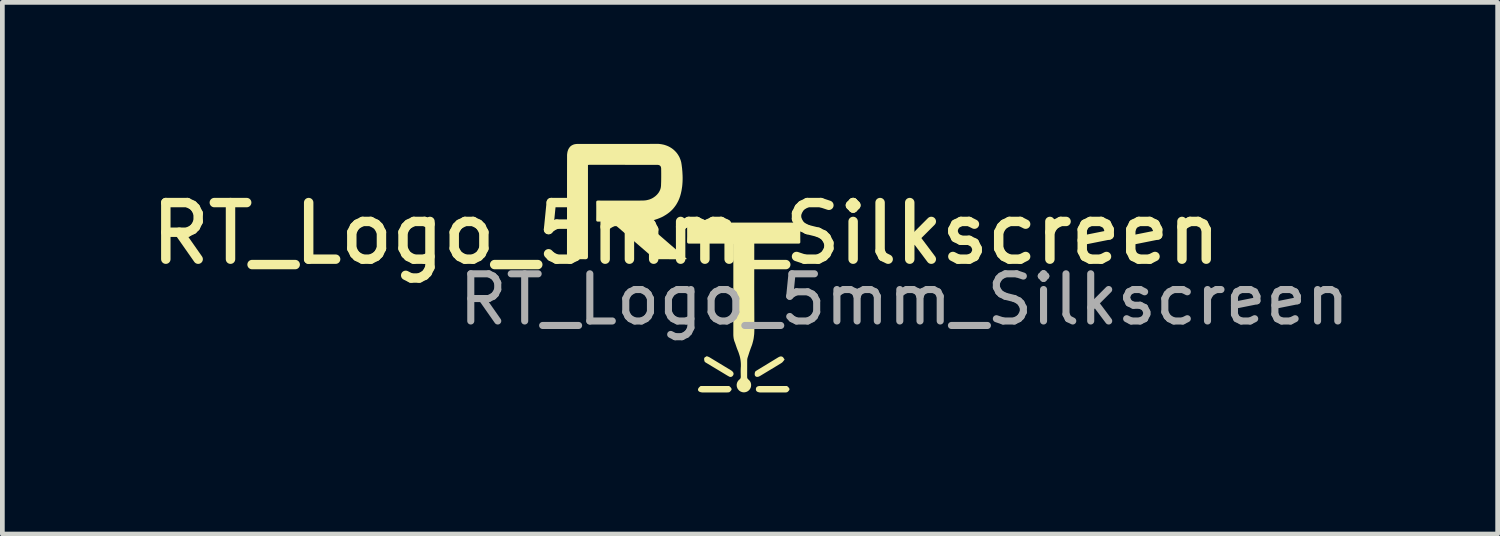
<source format=kicad_pcb>
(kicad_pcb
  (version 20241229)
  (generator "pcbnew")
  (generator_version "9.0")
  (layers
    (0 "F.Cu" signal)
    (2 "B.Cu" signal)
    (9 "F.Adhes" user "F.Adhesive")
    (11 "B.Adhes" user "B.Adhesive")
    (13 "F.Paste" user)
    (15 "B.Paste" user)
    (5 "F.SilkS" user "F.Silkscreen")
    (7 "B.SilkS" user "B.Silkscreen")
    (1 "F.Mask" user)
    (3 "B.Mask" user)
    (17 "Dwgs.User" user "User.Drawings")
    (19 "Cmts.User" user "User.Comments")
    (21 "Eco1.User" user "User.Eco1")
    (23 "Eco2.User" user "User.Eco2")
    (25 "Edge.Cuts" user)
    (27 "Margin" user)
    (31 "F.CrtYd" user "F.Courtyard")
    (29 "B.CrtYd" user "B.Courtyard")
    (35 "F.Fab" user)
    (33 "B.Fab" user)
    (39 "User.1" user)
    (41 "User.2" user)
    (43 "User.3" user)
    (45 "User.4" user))
  (footprint "RT_Logo_5mm_Silkscreen"
    (layer "F.Cu")
    (at 11.494 2.5)
    (property "Reference" "RT_Logo_5mm_Silkscreen" (at 0 -0.6 0) (unlocked yes) (layer "F.SilkS") (effects (font (size 1.2 1.2) (thickness 0.2))))
    (attr smd)
    (fp_poly (pts (xy 0.441 2.001) (xy 0.441 2.001) (xy 0.441 2.001)) (stroke (width 0) (type solid)) (fill yes) (layer "F.SilkS"))
    (fp_poly (pts (xy 2.015 2.006) (xy 2.018 2.007) (xy 2.021 2.007) (xy 2.024 2.007) (xy 2.027 2.008) (xy 2.03 2.009) (xy 2.033 2.01) (xy 2.036 2.011) (xy 2.039 2.012) (xy 2.042 2.013) (xy 2.044 2.015) (xy 2.047 2.017) (xy 2.049 2.018) (xy 2.05 2.019) (xy 2.052 2.02) (xy 2.053 2.021) (xy 2.056 2.024) (xy 2.058 2.026) (xy 2.061 2.029) (xy 2.063 2.033) (xy 2.066 2.036) (xy 2.068 2.04) (xy 2.073 2.047) (xy 2.079 2.055) (xy 2.084 2.064) (xy 2.087 2.069) (xy 2.091 2.073) (xy 2.09 2.073) (xy 2.086 2.078) (xy 2.082 2.083) (xy 2.074 2.093) (xy 2.059 2.112) (xy 2.055 2.117) (xy 2.051 2.121) (xy 2.047 2.125) (xy 2.044 2.129) (xy 2.04 2.133) (xy 2.035 2.137) (xy 2.031 2.14) (xy 2.027 2.143) (xy 1.915 2.212) (xy 1.802 2.28) (xy 1.577 2.416) (xy 1.572 2.419) (xy 1.566 2.422) (xy 1.561 2.425) (xy 1.555 2.428) (xy 1.55 2.43) (xy 1.544 2.433) (xy 1.542 2.434) (xy 1.539 2.435) (xy 1.536 2.436) (xy 1.533 2.437) (xy 1.527 2.438) (xy 1.521 2.439) (xy 1.516 2.44) (xy 1.51 2.44) (xy 1.505 2.44) (xy 1.499 2.439) (xy 1.494 2.438) (xy 1.489 2.437) (xy 1.487 2.436) (xy 1.484 2.435) (xy 1.482 2.433) (xy 1.48 2.432) (xy 1.478 2.431) (xy 1.476 2.429) (xy 1.474 2.428) (xy 1.472 2.426) (xy 1.47 2.424) (xy 1.468 2.422) (xy 1.467 2.42) (xy 1.465 2.418) (xy 1.464 2.416) (xy 1.462 2.413) (xy 1.461 2.411) (xy 1.46 2.408) (xy 1.459 2.404) (xy 1.458 2.4) (xy 1.457 2.396) (xy 1.456 2.391) (xy 1.456 2.387) (xy 1.456 2.382) (xy 1.456 2.378) (xy 1.456 2.373) (xy 1.457 2.368) (xy 1.457 2.364) (xy 1.458 2.359) (xy 1.459 2.354) (xy 1.46 2.35) (xy 1.461 2.345) (xy 1.463 2.337) (xy 1.464 2.335) (xy 1.464 2.334) (xy 1.465 2.333) (xy 1.465 2.332) (xy 1.466 2.331) (xy 1.467 2.329) (xy 1.468 2.328) (xy 1.469 2.327) (xy 1.47 2.326) (xy 1.47 2.325) (xy 1.473 2.323) (xy 1.475 2.321) (xy 1.477 2.319) (xy 1.48 2.317) (xy 1.482 2.315) (xy 1.485 2.313) (xy 1.488 2.311) (xy 1.493 2.308) (xy 1.499 2.304) (xy 1.955 2.026) (xy 1.961 2.023) (xy 1.966 2.02) (xy 1.972 2.017) (xy 1.978 2.015) (xy 1.983 2.012) (xy 1.989 2.01) (xy 1.995 2.009) (xy 2.001 2.007) (xy 2.006 2.007) (xy 2.009 2.006) (xy 2.012 2.006)) (stroke (width 0) (type solid)) (fill yes) (layer "F.SilkS"))
    (fp_poly (pts (xy 0.45 2.005) (xy 0.459 2.008) (xy 0.474 2.014) (xy 0.482 2.017) (xy 0.488 2.02) (xy 0.495 2.023) (xy 0.498 2.025) (xy 0.501 2.027) (xy 0.729 2.165) (xy 0.958 2.304) (xy 0.961 2.306) (xy 0.964 2.308) (xy 0.968 2.311) (xy 0.971 2.313) (xy 0.974 2.316) (xy 0.977 2.319) (xy 0.98 2.321) (xy 0.983 2.324) (xy 0.988 2.329) (xy 0.992 2.334) (xy 0.996 2.339) (xy 0.997 2.341) (xy 0.999 2.344) (xy 1 2.346) (xy 1.002 2.349) (xy 1.003 2.351) (xy 1.004 2.354) (xy 1.005 2.357) (xy 1.006 2.359) (xy 1.006 2.362) (xy 1.007 2.365) (xy 1.007 2.367) (xy 1.008 2.37) (xy 1.008 2.373) (xy 1.008 2.375) (xy 1.008 2.378) (xy 1.007 2.381) (xy 1.007 2.384) (xy 1.007 2.387) (xy 1.006 2.389) (xy 1.005 2.392) (xy 1.004 2.395) (xy 1.003 2.398) (xy 1.002 2.401) (xy 1 2.403) (xy 0.999 2.406) (xy 0.997 2.409) (xy 0.995 2.412) (xy 0.993 2.415) (xy 0.991 2.417) (xy 0.989 2.42) (xy 0.987 2.422) (xy 0.984 2.425) (xy 0.982 2.427) (xy 0.98 2.429) (xy 0.977 2.43) (xy 0.975 2.432) (xy 0.972 2.434) (xy 0.97 2.435) (xy 0.967 2.436) (xy 0.965 2.438) (xy 0.962 2.439) (xy 0.959 2.439) (xy 0.956 2.44) (xy 0.953 2.441) (xy 0.951 2.441) (xy 0.948 2.441) (xy 0.945 2.441) (xy 0.942 2.441) (xy 0.939 2.441) (xy 0.936 2.441) (xy 0.933 2.44) (xy 0.93 2.44) (xy 0.927 2.439) (xy 0.924 2.438) (xy 0.921 2.437) (xy 0.918 2.435) (xy 0.915 2.434) (xy 0.911 2.432) (xy 0.884 2.417) (xy 0.857 2.401) (xy 0.804 2.369) (xy 0.698 2.305) (xy 0.563 2.224) (xy 0.429 2.143) (xy 0.423 2.14) (xy 0.418 2.136) (xy 0.415 2.134) (xy 0.412 2.133) (xy 0.41 2.131) (xy 0.407 2.129) (xy 0.405 2.127) (xy 0.403 2.125) (xy 0.4 2.123) (xy 0.398 2.12) (xy 0.397 2.118) (xy 0.395 2.116) (xy 0.395 2.115) (xy 0.394 2.113) (xy 0.393 2.112) (xy 0.393 2.111) (xy 0.39 2.102) (xy 0.388 2.093) (xy 0.387 2.088) (xy 0.386 2.084) (xy 0.385 2.079) (xy 0.385 2.074) (xy 0.384 2.069) (xy 0.384 2.065) (xy 0.384 2.06) (xy 0.384 2.056) (xy 0.385 2.051) (xy 0.385 2.047) (xy 0.386 2.043) (xy 0.388 2.039) (xy 0.389 2.038) (xy 0.389 2.036) (xy 0.39 2.035) (xy 0.392 2.033) (xy 0.393 2.032) (xy 0.394 2.03) (xy 0.395 2.029) (xy 0.397 2.028) (xy 0.4 2.025) (xy 0.403 2.023) (xy 0.407 2.02) (xy 0.411 2.018) (xy 0.415 2.016) (xy 0.419 2.014) (xy 0.426 2.009) (xy 0.434 2.005) (xy 0.438 2.003) (xy 0.441 2.001)) (stroke (width 0) (type solid)) (fill yes) (layer "F.SilkS"))
    (fp_poly (pts (xy 0.899 2.633) (xy 0.902 2.633) (xy 0.905 2.633) (xy 0.908 2.634) (xy 0.911 2.634) (xy 0.913 2.635) (xy 0.916 2.635) (xy 0.918 2.636) (xy 0.919 2.637) (xy 0.92 2.638) (xy 0.921 2.638) (xy 0.922 2.639) (xy 0.929 2.646) (xy 0.936 2.653) (xy 0.94 2.656) (xy 0.944 2.66) (xy 0.947 2.664) (xy 0.95 2.668) (xy 0.953 2.672) (xy 0.956 2.676) (xy 0.959 2.68) (xy 0.961 2.684) (xy 0.962 2.686) (xy 0.963 2.688) (xy 0.964 2.69) (xy 0.964 2.692) (xy 0.965 2.694) (xy 0.965 2.696) (xy 0.966 2.698) (xy 0.966 2.7) (xy 0.966 2.702) (xy 0.966 2.703) (xy 0.966 2.705) (xy 0.965 2.707) (xy 0.965 2.709) (xy 0.964 2.711) (xy 0.964 2.713) (xy 0.963 2.715) (xy 0.961 2.719) (xy 0.959 2.723) (xy 0.956 2.727) (xy 0.953 2.73) (xy 0.95 2.734) (xy 0.947 2.738) (xy 0.944 2.742) (xy 0.94 2.746) (xy 0.937 2.749) (xy 0.933 2.752) (xy 0.93 2.756) (xy 0.927 2.759) (xy 0.925 2.76) (xy 0.924 2.76) (xy 0.923 2.761) (xy 0.922 2.762) (xy 0.919 2.763) (xy 0.916 2.765) (xy 0.913 2.766) (xy 0.91 2.766) (xy 0.907 2.767) (xy 0.903 2.768) (xy 0.9 2.768) (xy 0.896 2.769) (xy 0.893 2.769) (xy 0.889 2.769) (xy 0.882 2.769) (xy 0.876 2.77) (xy 0.809 2.77) (xy 0.743 2.77) (xy 0.61 2.77) (xy 0.61 2.77) (xy 0.479 2.77) (xy 0.414 2.77) (xy 0.348 2.77) (xy 0.345 2.77) (xy 0.341 2.77) (xy 0.338 2.769) (xy 0.335 2.769) (xy 0.332 2.769) (xy 0.328 2.768) (xy 0.322 2.767) (xy 0.315 2.766) (xy 0.309 2.764) (xy 0.303 2.762) (xy 0.296 2.76) (xy 0.291 2.758) (xy 0.286 2.756) (xy 0.281 2.753) (xy 0.279 2.752) (xy 0.277 2.75) (xy 0.275 2.749) (xy 0.272 2.747) (xy 0.27 2.745) (xy 0.269 2.744) (xy 0.267 2.742) (xy 0.265 2.74) (xy 0.264 2.738) (xy 0.262 2.736) (xy 0.261 2.734) (xy 0.259 2.732) (xy 0.258 2.73) (xy 0.257 2.728) (xy 0.256 2.725) (xy 0.256 2.723) (xy 0.255 2.721) (xy 0.254 2.718) (xy 0.254 2.716) (xy 0.254 2.713) (xy 0.254 2.711) (xy 0.254 2.708) (xy 0.254 2.706) (xy 0.254 2.703) (xy 0.255 2.701) (xy 0.256 2.698) (xy 0.257 2.694) (xy 0.259 2.69) (xy 0.261 2.685) (xy 0.263 2.681) (xy 0.266 2.677) (xy 0.268 2.673) (xy 0.271 2.67) (xy 0.274 2.666) (xy 0.278 2.662) (xy 0.281 2.659) (xy 0.284 2.655) (xy 0.288 2.652) (xy 0.295 2.645) (xy 0.303 2.639) (xy 0.303 2.638) (xy 0.304 2.637) (xy 0.305 2.637) (xy 0.306 2.636) (xy 0.308 2.636) (xy 0.309 2.635) (xy 0.311 2.634) (xy 0.314 2.634) (xy 0.317 2.633) (xy 0.319 2.633) (xy 0.322 2.633) (xy 0.325 2.633) (xy 0.328 2.633) (xy 0.334 2.633) (xy 0.34 2.633) (xy 0.346 2.633) (xy 0.878 2.633) (xy 0.89 2.633) (xy 0.896 2.633)) (stroke (width 0) (type solid)) (fill yes) (layer "F.SilkS"))
    (fp_poly (pts (xy 2.106 2.633) (xy 2.118 2.633) (xy 2.124 2.633) (xy 2.127 2.633) (xy 2.13 2.633) (xy 2.133 2.633) (xy 2.135 2.634) (xy 2.138 2.634) (xy 2.141 2.635) (xy 2.143 2.636) (xy 2.145 2.637) (xy 2.147 2.637) (xy 2.147 2.638) (xy 2.148 2.639) (xy 2.149 2.639) (xy 2.156 2.646) (xy 2.164 2.653) (xy 2.167 2.657) (xy 2.171 2.66) (xy 2.174 2.664) (xy 2.178 2.668) (xy 2.181 2.672) (xy 2.183 2.676) (xy 2.186 2.68) (xy 2.188 2.684) (xy 2.189 2.686) (xy 2.19 2.688) (xy 2.191 2.69) (xy 2.192 2.692) (xy 2.192 2.694) (xy 2.193 2.696) (xy 2.193 2.698) (xy 2.193 2.701) (xy 2.193 2.702) (xy 2.193 2.704) (xy 2.193 2.706) (xy 2.192 2.708) (xy 2.192 2.71) (xy 2.191 2.712) (xy 2.191 2.714) (xy 2.19 2.716) (xy 2.188 2.719) (xy 2.186 2.723) (xy 2.183 2.727) (xy 2.18 2.731) (xy 2.177 2.735) (xy 2.174 2.739) (xy 2.171 2.743) (xy 2.167 2.746) (xy 2.164 2.75) (xy 2.16 2.753) (xy 2.157 2.756) (xy 2.153 2.759) (xy 2.152 2.76) (xy 2.151 2.761) (xy 2.15 2.762) (xy 2.148 2.762) (xy 2.146 2.764) (xy 2.143 2.765) (xy 2.14 2.766) (xy 2.137 2.767) (xy 2.133 2.767) (xy 2.13 2.768) (xy 2.127 2.769) (xy 2.123 2.769) (xy 2.12 2.769) (xy 2.116 2.77) (xy 2.109 2.77) (xy 2.102 2.77) (xy 1.839 2.77) (xy 1.574 2.77) (xy 1.571 2.77) (xy 1.568 2.77) (xy 1.565 2.77) (xy 1.562 2.769) (xy 1.559 2.769) (xy 1.556 2.769) (xy 1.55 2.768) (xy 1.544 2.766) (xy 1.538 2.765) (xy 1.532 2.763) (xy 1.527 2.762) (xy 1.524 2.761) (xy 1.521 2.76) (xy 1.518 2.758) (xy 1.516 2.757) (xy 1.513 2.756) (xy 1.511 2.755) (xy 1.508 2.753) (xy 1.506 2.752) (xy 1.504 2.75) (xy 1.502 2.749) (xy 1.5 2.747) (xy 1.498 2.745) (xy 1.496 2.744) (xy 1.495 2.742) (xy 1.493 2.74) (xy 1.492 2.738) (xy 1.49 2.736) (xy 1.489 2.734) (xy 1.488 2.731) (xy 1.486 2.729) (xy 1.485 2.727) (xy 1.485 2.724) (xy 1.484 2.722) (xy 1.483 2.719) (xy 1.482 2.717) (xy 1.482 2.714) (xy 1.482 2.711) (xy 1.481 2.709) (xy 1.481 2.706) (xy 1.481 2.703) (xy 1.481 2.7) (xy 1.481 2.697) (xy 1.481 2.694) (xy 1.482 2.691) (xy 1.482 2.687) (xy 1.483 2.685) (xy 1.483 2.682) (xy 1.484 2.679) (xy 1.485 2.676) (xy 1.486 2.674) (xy 1.487 2.671) (xy 1.488 2.669) (xy 1.49 2.666) (xy 1.491 2.664) (xy 1.492 2.662) (xy 1.494 2.66) (xy 1.496 2.658) (xy 1.497 2.656) (xy 1.499 2.654) (xy 1.501 2.652) (xy 1.503 2.651) (xy 1.505 2.649) (xy 1.508 2.648) (xy 1.51 2.646) (xy 1.512 2.645) (xy 1.515 2.644) (xy 1.52 2.641) (xy 1.525 2.639) (xy 1.531 2.638) (xy 1.537 2.636) (xy 1.542 2.635) (xy 1.546 2.635) (xy 1.551 2.634) (xy 1.555 2.634) (xy 1.56 2.634) (xy 1.565 2.633) (xy 1.569 2.633) (xy 1.574 2.633) (xy 1.84 2.633) (xy 1.84 2.633) (xy 1.84 2.633) (xy 1.973 2.633)) (stroke (width 0) (type solid)) (fill yes) (layer "F.SilkS"))
    (fp_poly (pts (xy 2.379 -0.831) (xy 2.386 -0.831) (xy 2.391 -0.83) (xy 2.397 -0.829) (xy 2.399 -0.829) (xy 2.401 -0.828) (xy 2.404 -0.827) (xy 2.406 -0.826) (xy 2.408 -0.825) (xy 2.409 -0.824) (xy 2.411 -0.823) (xy 2.413 -0.822) (xy 2.414 -0.82) (xy 2.415 -0.819) (xy 2.417 -0.817) (xy 2.418 -0.815) (xy 2.419 -0.813) (xy 2.42 -0.811) (xy 2.421 -0.809) (xy 2.421 -0.806) (xy 2.422 -0.804) (xy 2.422 -0.801) (xy 2.423 -0.798) (xy 2.423 -0.795) (xy 2.424 -0.789) (xy 2.424 -0.782) (xy 2.422 -0.694) (xy 2.422 -0.606) (xy 2.422 -0.518) (xy 2.423 -0.429) (xy 2.423 -0.423) (xy 2.423 -0.418) (xy 2.423 -0.415) (xy 2.422 -0.413) (xy 2.422 -0.41) (xy 2.421 -0.408) (xy 2.421 -0.406) (xy 2.42 -0.404) (xy 2.419 -0.402) (xy 2.418 -0.401) (xy 2.417 -0.399) (xy 2.416 -0.397) (xy 2.415 -0.396) (xy 2.414 -0.395) (xy 2.413 -0.393) (xy 2.411 -0.392) (xy 2.41 -0.391) (xy 2.408 -0.39) (xy 2.406 -0.389) (xy 2.404 -0.389) (xy 2.402 -0.388) (xy 2.4 -0.387) (xy 2.398 -0.387) (xy 2.396 -0.386) (xy 2.391 -0.386) (xy 2.385 -0.385) (xy 2.379 -0.385) (xy 1.503 -0.386) (xy 1.447 -0.386) (xy 1.447 -0.386) (xy 1.447 -0.328) (xy 1.446 0.548) (xy 1.449 1.424) (xy 1.448 1.473) (xy 1.446 1.521) (xy 1.444 1.545) (xy 1.441 1.569) (xy 1.438 1.593) (xy 1.435 1.617) (xy 1.431 1.64) (xy 1.426 1.664) (xy 1.42 1.687) (xy 1.414 1.71) (xy 1.408 1.733) (xy 1.401 1.756) (xy 1.393 1.779) (xy 1.384 1.802) (xy 1.373 1.831) (xy 1.363 1.859) (xy 1.353 1.887) (xy 1.343 1.916) (xy 1.325 1.973) (xy 1.306 2.031) (xy 1.305 2.034) (xy 1.304 2.038) (xy 1.303 2.042) (xy 1.302 2.046) (xy 1.3 2.054) (xy 1.299 2.062) (xy 1.298 2.07) (xy 1.297 2.079) (xy 1.297 2.087) (xy 1.297 2.095) (xy 1.296 2.439) (xy 1.296 2.443) (xy 1.296 2.448) (xy 1.297 2.452) (xy 1.297 2.456) (xy 1.298 2.46) (xy 1.299 2.464) (xy 1.301 2.468) (xy 1.302 2.471) (xy 1.304 2.475) (xy 1.306 2.478) (xy 1.309 2.481) (xy 1.311 2.485) (xy 1.314 2.488) (xy 1.317 2.491) (xy 1.32 2.494) (xy 1.324 2.497) (xy 1.33 2.503) (xy 1.337 2.508) (xy 1.342 2.515) (xy 1.347 2.521) (xy 1.352 2.527) (xy 1.357 2.534) (xy 1.361 2.541) (xy 1.365 2.548) (xy 1.368 2.555) (xy 1.371 2.562) (xy 1.373 2.569) (xy 1.375 2.577) (xy 1.377 2.584) (xy 1.379 2.592) (xy 1.379 2.599) (xy 1.38 2.607) (xy 1.38 2.615) (xy 1.38 2.622) (xy 1.379 2.63) (xy 1.378 2.638) (xy 1.377 2.645) (xy 1.375 2.653) (xy 1.373 2.66) (xy 1.371 2.668) (xy 1.368 2.675) (xy 1.364 2.682) (xy 1.361 2.689) (xy 1.356 2.696) (xy 1.352 2.703) (xy 1.347 2.709) (xy 1.342 2.716) (xy 1.336 2.722) (xy 1.33 2.727) (xy 1.324 2.733) (xy 1.318 2.737) (xy 1.312 2.742) (xy 1.305 2.746) (xy 1.298 2.75) (xy 1.292 2.753) (xy 1.285 2.756) (xy 1.278 2.759) (xy 1.27 2.761) (xy 1.263 2.763) (xy 1.256 2.765) (xy 1.248 2.766) (xy 1.241 2.767) (xy 1.234 2.768) (xy 1.226 2.768) (xy 1.219 2.767) (xy 1.211 2.767) (xy 1.204 2.766) (xy 1.196 2.764) (xy 1.189 2.763) (xy 1.182 2.761) (xy 1.175 2.758) (xy 1.168 2.755) (xy 1.161 2.752) (xy 1.154 2.749) (xy 1.147 2.745) (xy 1.141 2.74) (xy 1.134 2.736) (xy 1.128 2.731) (xy 1.122 2.725) (xy 1.116 2.72) (xy 1.111 2.713) (xy 1.106 2.707) (xy 1.101 2.7) (xy 1.096 2.694) (xy 1.092 2.687) (xy 1.089 2.68) (xy 1.086 2.672) (xy 1.083 2.665) (xy 1.08 2.658) (xy 1.078 2.65) (xy 1.077 2.643) (xy 1.075 2.635) (xy 1.075 2.627) (xy 1.074 2.62) (xy 1.074 2.612) (xy 1.074 2.604) (xy 1.075 2.597) (xy 1.076 2.589) (xy 1.078 2.582) (xy 1.08 2.574) (xy 1.082 2.567) (xy 1.084 2.559) (xy 1.088 2.552) (xy 1.091 2.545) (xy 1.095 2.538) (xy 1.099 2.532) (xy 1.104 2.525) (xy 1.109 2.519) (xy 1.114 2.512) (xy 1.12 2.507) (xy 1.126 2.501) (xy 1.133 2.495) (xy 1.137 2.492) (xy 1.14 2.489) (xy 1.144 2.485) (xy 1.147 2.482) (xy 1.148 2.48) (xy 1.149 2.478) (xy 1.15 2.477) (xy 1.152 2.475) (xy 1.153 2.473) (xy 1.154 2.471) (xy 1.154 2.469) (xy 1.155 2.467) (xy 1.157 2.463) (xy 1.158 2.46) (xy 1.159 2.455) (xy 1.16 2.451) (xy 1.16 2.447) (xy 1.161 2.442) (xy 1.161 2.438) (xy 1.161 2.433) (xy 1.159 2.337) (xy 1.159 2.313) (xy 1.159 2.288) (xy 1.16 2.264) (xy 1.161 2.241) (xy 1.163 2.217) (xy 1.163 2.194) (xy 1.163 2.171) (xy 1.162 2.148) (xy 1.16 2.125) (xy 1.158 2.102) (xy 1.155 2.08) (xy 1.151 2.058) (xy 1.147 2.035) (xy 1.142 2.013) (xy 1.136 1.991) (xy 1.129 1.969) (xy 1.122 1.947) (xy 1.115 1.926) (xy 1.107 1.904) (xy 1.098 1.882) (xy 1.089 1.86) (xy 1.08 1.837) (xy 1.064 1.791) (xy 1.048 1.744) (xy 1.04 1.721) (xy 1.031 1.698) (xy 1.027 1.688) (xy 1.023 1.677) (xy 1.02 1.667) (xy 1.017 1.656) (xy 1.015 1.646) (xy 1.012 1.635) (xy 1.01 1.624) (xy 1.009 1.614) (xy 1.007 1.603) (xy 1.006 1.592) (xy 1.004 1.571) (xy 1.003 1.549) (xy 1.003 1.526) (xy 1.003 -0.324) (xy 1.004 -0.362) (xy 1.003 -0.368) (xy 1.003 -0.371) (xy 1.003 -0.373) (xy 1.002 -0.375) (xy 1.001 -0.377) (xy 1 -0.379) (xy 0.999 -0.38) (xy 0.998 -0.381) (xy 0.996 -0.382) (xy 0.994 -0.383) (xy 0.992 -0.384) (xy 0.99 -0.385) (xy 0.987 -0.385) (xy 0.98 -0.386) (xy 0.973 -0.386) (xy 0.963 -0.386) (xy 0.939 -0.386) (xy 0.507 -0.386) (xy 0.075 -0.385) (xy 0.068 -0.385) (xy 0.061 -0.386) (xy 0.055 -0.386) (xy 0.053 -0.387) (xy 0.05 -0.387) (xy 0.047 -0.388) (xy 0.045 -0.388) (xy 0.043 -0.389) (xy 0.041 -0.39) (xy 0.039 -0.391) (xy 0.037 -0.392) (xy 0.035 -0.394) (xy 0.033 -0.395) (xy 0.032 -0.396) (xy 0.03 -0.398) (xy 0.029 -0.4) (xy 0.028 -0.402) (xy 0.027 -0.404) (xy 0.026 -0.406) (xy 0.025 -0.408) (xy 0.024 -0.411) (xy 0.024 -0.413) (xy 0.023 -0.416) (xy 0.023 -0.419) (xy 0.023 -0.422) (xy 0.022 -0.429) (xy 0.022 -0.437) (xy 0.024 -0.533) (xy 0.024 -0.63) (xy 0.023 -0.826) (xy 0.03 -0.827) (xy 0.036 -0.827) (xy 0.048 -0.829) (xy 0.054 -0.829) (xy 0.06 -0.83) (xy 0.066 -0.83) (xy 0.072 -0.83) (xy 2.372 -0.831)) (stroke (width 0) (type solid)) (fill yes) (layer "F.SilkS"))
    (fp_poly (pts (xy -0.6 -2.5) (xy -0.574 -2.499) (xy -0.549 -2.496) (xy -0.524 -2.493) (xy -0.499 -2.488) (xy -0.475 -2.483) (xy -0.452 -2.477) (xy -0.429 -2.469) (xy -0.406 -2.461) (xy -0.385 -2.452) (xy -0.363 -2.442) (xy -0.343 -2.431) (xy -0.323 -2.419) (xy -0.304 -2.407) (xy -0.285 -2.393) (xy -0.267 -2.379) (xy -0.25 -2.364) (xy -0.234 -2.348) (xy -0.218 -2.332) (xy -0.203 -2.315) (xy -0.189 -2.297) (xy -0.176 -2.279) (xy -0.164 -2.26) (xy -0.152 -2.24) (xy -0.141 -2.22) (xy -0.132 -2.199) (xy -0.123 -2.177) (xy -0.115 -2.155) (xy -0.108 -2.133) (xy -0.102 -2.11) (xy -0.098 -2.086) (xy -0.094 -2.062) (xy -0.084 -1.985) (xy -0.077 -1.907) (xy -0.073 -1.829) (xy -0.072 -1.79) (xy -0.072 -1.751) (xy -0.073 -1.712) (xy -0.075 -1.673) (xy -0.078 -1.634) (xy -0.082 -1.595) (xy -0.088 -1.556) (xy -0.094 -1.517) (xy -0.102 -1.479) (xy -0.111 -1.44) (xy -0.126 -1.387) (xy -0.144 -1.337) (xy -0.165 -1.289) (xy -0.189 -1.244) (xy -0.215 -1.201) (xy -0.244 -1.161) (xy -0.275 -1.123) (xy -0.309 -1.088) (xy -0.345 -1.055) (xy -0.384 -1.025) (xy -0.425 -0.997) (xy -0.468 -0.971) (xy -0.513 -0.947) (xy -0.561 -0.926) (xy -0.61 -0.907) (xy -0.662 -0.89) (xy -0.675 -0.886) (xy -0.689 -0.883) (xy -0.716 -0.876) (xy -0.744 -0.87) (xy -0.772 -0.865) (xy -0.83 -0.856) (xy -0.859 -0.851) (xy -0.889 -0.845) (xy 0.021 -0.058) (xy 0.007 -0.057) (xy -0.004 -0.055) (xy -0.009 -0.055) (xy -0.014 -0.055) (xy -0.018 -0.054) (xy -0.022 -0.054) (xy -0.325 -0.054) (xy -0.628 -0.055) (xy -0.631 -0.055) (xy -0.635 -0.056) (xy -0.639 -0.056) (xy -0.643 -0.057) (xy -0.647 -0.058) (xy -0.651 -0.059) (xy -0.654 -0.06) (xy -0.658 -0.062) (xy -0.662 -0.063) (xy -0.666 -0.065) (xy -0.669 -0.067) (xy -0.673 -0.069) (xy -0.676 -0.071) (xy -0.679 -0.073) (xy -0.682 -0.075) (xy -0.685 -0.077) (xy -1.553 -0.826) (xy -1.556 -0.828) (xy -1.56 -0.831) (xy -1.564 -0.833) (xy -1.568 -0.836) (xy -1.572 -0.838) (xy -1.576 -0.84) (xy -1.58 -0.842) (xy -1.585 -0.844) (xy -1.589 -0.846) (xy -1.594 -0.847) (xy -1.599 -0.848) (xy -1.603 -0.849) (xy -1.608 -0.85) (xy -1.612 -0.851) (xy -1.617 -0.851) (xy -1.621 -0.852) (xy -1.651 -0.853) (xy -1.682 -0.853) (xy -1.742 -0.854) (xy -1.802 -0.853) (xy -1.863 -0.852) (xy -1.869 -0.852) (xy -1.871 -0.852) (xy -1.874 -0.852) (xy -1.876 -0.853) (xy -1.879 -0.853) (xy -1.881 -0.854) (xy -1.883 -0.854) (xy -1.885 -0.855) (xy -1.887 -0.855) (xy -1.889 -0.856) (xy -1.89 -0.857) (xy -1.892 -0.858) (xy -1.893 -0.859) (xy -1.895 -0.86) (xy -1.896 -0.861) (xy -1.897 -0.863) (xy -1.898 -0.864) (xy -1.899 -0.866) (xy -1.9 -0.867) (xy -1.901 -0.869) (xy -1.901 -0.871) (xy -1.902 -0.873) (xy -1.903 -0.875) (xy -1.903 -0.877) (xy -1.903 -0.879) (xy -1.904 -0.884) (xy -1.904 -0.889) (xy -1.904 -0.895) (xy -1.903 -0.985) (xy -1.903 -1.075) (xy -1.903 -1.165) (xy -1.904 -1.255) (xy -1.904 -1.261) (xy -1.904 -1.267) (xy -1.904 -1.269) (xy -1.903 -1.272) (xy -1.903 -1.274) (xy -1.902 -1.276) (xy -1.902 -1.278) (xy -1.901 -1.28) (xy -1.9 -1.282) (xy -1.899 -1.284) (xy -1.898 -1.285) (xy -1.897 -1.287) (xy -1.896 -1.288) (xy -1.895 -1.29) (xy -1.893 -1.291) (xy -1.892 -1.292) (xy -1.89 -1.293) (xy -1.889 -1.294) (xy -1.887 -1.295) (xy -1.885 -1.295) (xy -1.883 -1.296) (xy -1.881 -1.296) (xy -1.879 -1.297) (xy -1.876 -1.297) (xy -1.871 -1.298) (xy -1.866 -1.298) (xy -1.86 -1.298) (xy -1.393 -1.297) (xy -0.927 -1.298) (xy -0.905 -1.299) (xy -0.884 -1.3) (xy -0.863 -1.302) (xy -0.842 -1.305) (xy -0.822 -1.309) (xy -0.802 -1.314) (xy -0.782 -1.319) (xy -0.763 -1.326) (xy -0.744 -1.334) (xy -0.725 -1.342) (xy -0.707 -1.352) (xy -0.689 -1.363) (xy -0.672 -1.375) (xy -0.655 -1.387) (xy -0.638 -1.402) (xy -0.622 -1.417) (xy -0.612 -1.427) (xy -0.603 -1.438) (xy -0.594 -1.449) (xy -0.585 -1.46) (xy -0.577 -1.472) (xy -0.57 -1.484) (xy -0.563 -1.496) (xy -0.557 -1.508) (xy -0.551 -1.521) (xy -0.546 -1.534) (xy -0.542 -1.547) (xy -0.538 -1.561) (xy -0.535 -1.574) (xy -0.533 -1.588) (xy -0.531 -1.602) (xy -0.53 -1.617) (xy -0.527 -1.705) (xy -0.526 -1.794) (xy -0.526 -1.883) (xy -0.527 -1.972) (xy -0.527 -1.978) (xy -0.528 -1.983) (xy -0.528 -1.988) (xy -0.529 -1.993) (xy -0.53 -1.997) (xy -0.53 -2.002) (xy -0.532 -2.006) (xy -0.533 -2.01) (xy -0.534 -2.014) (xy -0.536 -2.018) (xy -0.538 -2.021) (xy -0.54 -2.024) (xy -0.542 -2.027) (xy -0.544 -2.03) (xy -0.547 -2.033) (xy -0.55 -2.036) (xy -0.552 -2.038) (xy -0.555 -2.04) (xy -0.559 -2.043) (xy -0.562 -2.044) (xy -0.565 -2.046) (xy -0.569 -2.048) (xy -0.573 -2.049) (xy -0.577 -2.051) (xy -0.581 -2.052) (xy -0.586 -2.053) (xy -0.59 -2.053) (xy -0.595 -2.054) (xy -0.605 -2.055) (xy -0.616 -2.055) (xy -2.048 -2.056) (xy -2.051 -2.056) (xy -2.054 -2.055) (xy -2.058 -2.055) (xy -2.061 -2.055) (xy -2.069 -2.054) (xy -2.074 -2.053) (xy -2.079 -2.053) (xy -2.079 -2.052) (xy -2.079 -1.996) (xy -2.079 -0.11) (xy -2.079 -0.103) (xy -2.08 -0.1) (xy -2.08 -0.097) (xy -2.08 -0.094) (xy -2.081 -0.091) (xy -2.082 -0.088) (xy -2.083 -0.085) (xy -2.083 -0.083) (xy -2.084 -0.08) (xy -2.086 -0.078) (xy -2.087 -0.076) (xy -2.088 -0.074) (xy -2.09 -0.072) (xy -2.091 -0.07) (xy -2.093 -0.068) (xy -2.095 -0.066) (xy -2.097 -0.065) (xy -2.098 -0.063) (xy -2.101 -0.062) (xy -2.103 -0.061) (xy -2.105 -0.059) (xy -2.108 -0.058) (xy -2.11 -0.058) (xy -2.113 -0.057) (xy -2.115 -0.056) (xy -2.118 -0.055) (xy -2.121 -0.055) (xy -2.124 -0.055) (xy -2.127 -0.054) (xy -2.131 -0.054) (xy -2.134 -0.054) (xy -2.304 -0.055) (xy -2.389 -0.054) (xy -2.474 -0.053) (xy -2.481 -0.053) (xy -2.487 -0.053) (xy -2.493 -0.054) (xy -2.496 -0.054) (xy -2.498 -0.055) (xy -2.501 -0.056) (xy -2.503 -0.056) (xy -2.505 -0.057) (xy -2.507 -0.058) (xy -2.509 -0.059) (xy -2.511 -0.06) (xy -2.512 -0.061) (xy -2.514 -0.063) (xy -2.515 -0.064) (xy -2.516 -0.066) (xy -2.518 -0.068) (xy -2.519 -0.069) (xy -2.52 -0.071) (xy -2.52 -0.073) (xy -2.521 -0.076) (xy -2.522 -0.078) (xy -2.522 -0.081) (xy -2.523 -0.083) (xy -2.523 -0.086) (xy -2.524 -0.089) (xy -2.524 -0.096) (xy -2.524 -0.103) (xy -2.523 -1.151) (xy -2.523 -1.701) (xy -2.522 -2.252) (xy -2.522 -2.26) (xy -2.522 -2.268) (xy -2.521 -2.276) (xy -2.52 -2.285) (xy -2.519 -2.293) (xy -2.518 -2.301) (xy -2.517 -2.31) (xy -2.515 -2.318) (xy -2.514 -2.326) (xy -2.512 -2.335) (xy -2.51 -2.343) (xy -2.507 -2.351) (xy -2.505 -2.359) (xy -2.502 -2.366) (xy -2.499 -2.374) (xy -2.496 -2.382) (xy -2.492 -2.389) (xy -2.489 -2.395) (xy -2.485 -2.402) (xy -2.481 -2.408) (xy -2.477 -2.414) (xy -2.473 -2.42) (xy -2.469 -2.426) (xy -2.464 -2.431) (xy -2.46 -2.437) (xy -2.455 -2.442) (xy -2.45 -2.447) (xy -2.445 -2.451) (xy -2.439 -2.456) (xy -2.434 -2.46) (xy -2.428 -2.464) (xy -2.422 -2.467) (xy -2.416 -2.471) (xy -2.41 -2.474) (xy -2.404 -2.477) (xy -2.398 -2.48) (xy -2.391 -2.483) (xy -2.385 -2.485) (xy -2.378 -2.487) (xy -2.371 -2.49) (xy -2.364 -2.491) (xy -2.357 -2.493) (xy -2.35 -2.494) (xy -2.343 -2.495) (xy -2.328 -2.497) (xy -2.313 -2.498) (xy -2.241 -2.499) (xy -2.169 -2.499) (xy -2.026 -2.499) (xy -1.326 -2.498) (xy -0.976 -2.498) (xy -0.626 -2.5)) (stroke (width 0) (type solid)) (fill yes) (layer "F.SilkS"))
    (fp_text user "${REFERENCE}" (at -4.9 0.8 0) (unlocked yes) (layer "F.Fab") (effects (font (size 1 1) (thickness 0.15)) (justify left))))
  (gr_rect
    (start -3 -3)
    (end 28.701 8.271)
    (stroke (width 0.1) (type default))
    (fill no)
    (layer "Edge.Cuts")))
</source>
